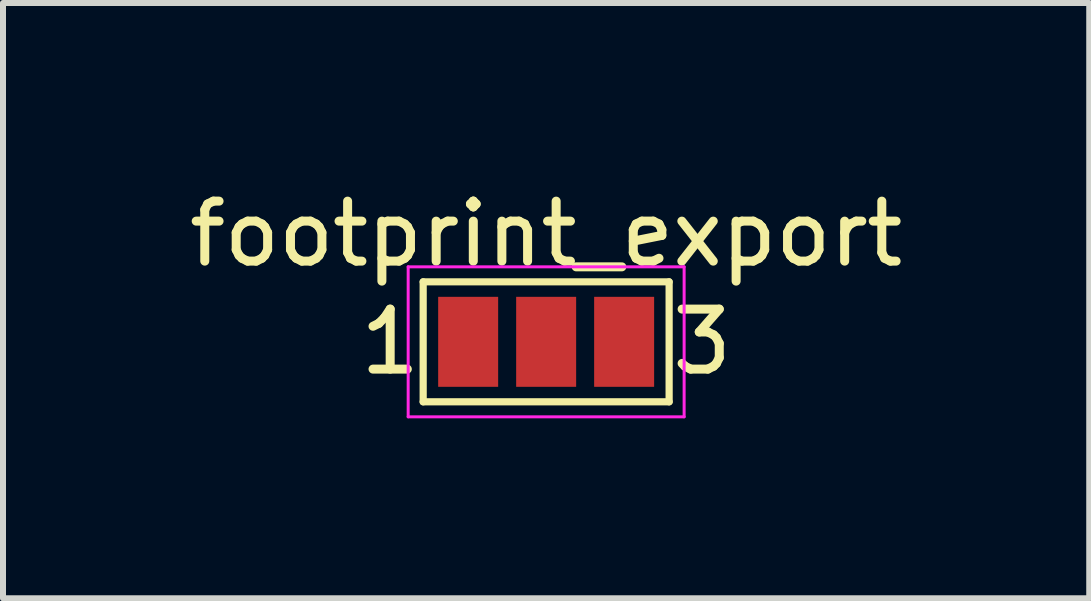
<source format=kicad_pcb>
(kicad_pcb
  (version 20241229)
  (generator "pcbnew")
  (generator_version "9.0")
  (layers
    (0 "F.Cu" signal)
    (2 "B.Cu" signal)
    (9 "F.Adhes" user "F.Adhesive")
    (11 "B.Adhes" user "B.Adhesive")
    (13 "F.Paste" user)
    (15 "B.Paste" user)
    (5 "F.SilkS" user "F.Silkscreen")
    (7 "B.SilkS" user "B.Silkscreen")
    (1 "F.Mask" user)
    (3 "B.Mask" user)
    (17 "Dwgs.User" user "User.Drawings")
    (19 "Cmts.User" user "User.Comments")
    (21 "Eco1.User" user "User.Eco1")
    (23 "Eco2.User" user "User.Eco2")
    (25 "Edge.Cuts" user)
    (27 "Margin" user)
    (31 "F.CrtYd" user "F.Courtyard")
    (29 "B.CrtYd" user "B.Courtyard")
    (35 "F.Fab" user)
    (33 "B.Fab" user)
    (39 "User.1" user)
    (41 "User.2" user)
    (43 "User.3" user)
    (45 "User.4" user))
  (footprint "footprint_export"
    (layer "F.Cu")
    (at 6.054 2.648)
    (property "Reference" "footprint_export" (at 0 -1.8 0) (layer "F.SilkS") (effects (font (size 1 1) (thickness 0.15))))
    (attr exclude_from_pos_files exclude_from_bom)
    (fp_line (start -2.05 -1) (end 2.05 -1) (stroke (width 0.12) (type solid)) (layer "F.SilkS"))
    (fp_line (start -2.05 1) (end -2.05 -1) (stroke (width 0.12) (type solid)) (layer "F.SilkS"))
    (fp_line (start 2.05 -1) (end 2.05 1) (stroke (width 0.12) (type solid)) (layer "F.SilkS"))
    (fp_line (start 2.05 1) (end -2.05 1) (stroke (width 0.12) (type solid)) (layer "F.SilkS"))
    (fp_line (start -2.3 -1.25) (end -2.3 1.25) (stroke (width 0.05) (type solid)) (layer "F.CrtYd"))
    (fp_line (start -2.3 -1.25) (end 2.3 -1.25) (stroke (width 0.05) (type solid)) (layer "F.CrtYd"))
    (fp_line (start 2.3 1.25) (end -2.3 1.25) (stroke (width 0.05) (type solid)) (layer "F.CrtYd"))
    (fp_line (start 2.3 1.25) (end 2.3 -1.25) (stroke (width 0.05) (type solid)) (layer "F.CrtYd"))
    (fp_text user "1" (at -2.6 0 0) (layer "F.SilkS") (effects (font (size 1 1) (thickness 0.15))))
    (fp_text user "3" (at 2.6 0 0) (layer "F.SilkS") (effects (font (size 1 1) (thickness 0.15))))
    (pad "1" smd rect (at -1.3 0) (size 1 1.5) (layers "F.Cu" "F.Mask"))
    (pad "2" smd rect (at 0 0) (size 1 1.5) (layers "F.Cu" "F.Mask"))
    (pad "3" smd rect (at 1.3 0) (size 1 1.5) (layers "F.Cu" "F.Mask")))
  (gr_rect
    (start -3 -3)
    (end 15.107 6.923)
    (stroke (width 0.1) (type default))
    (fill no)
    (layer "Edge.Cuts")))
</source>
